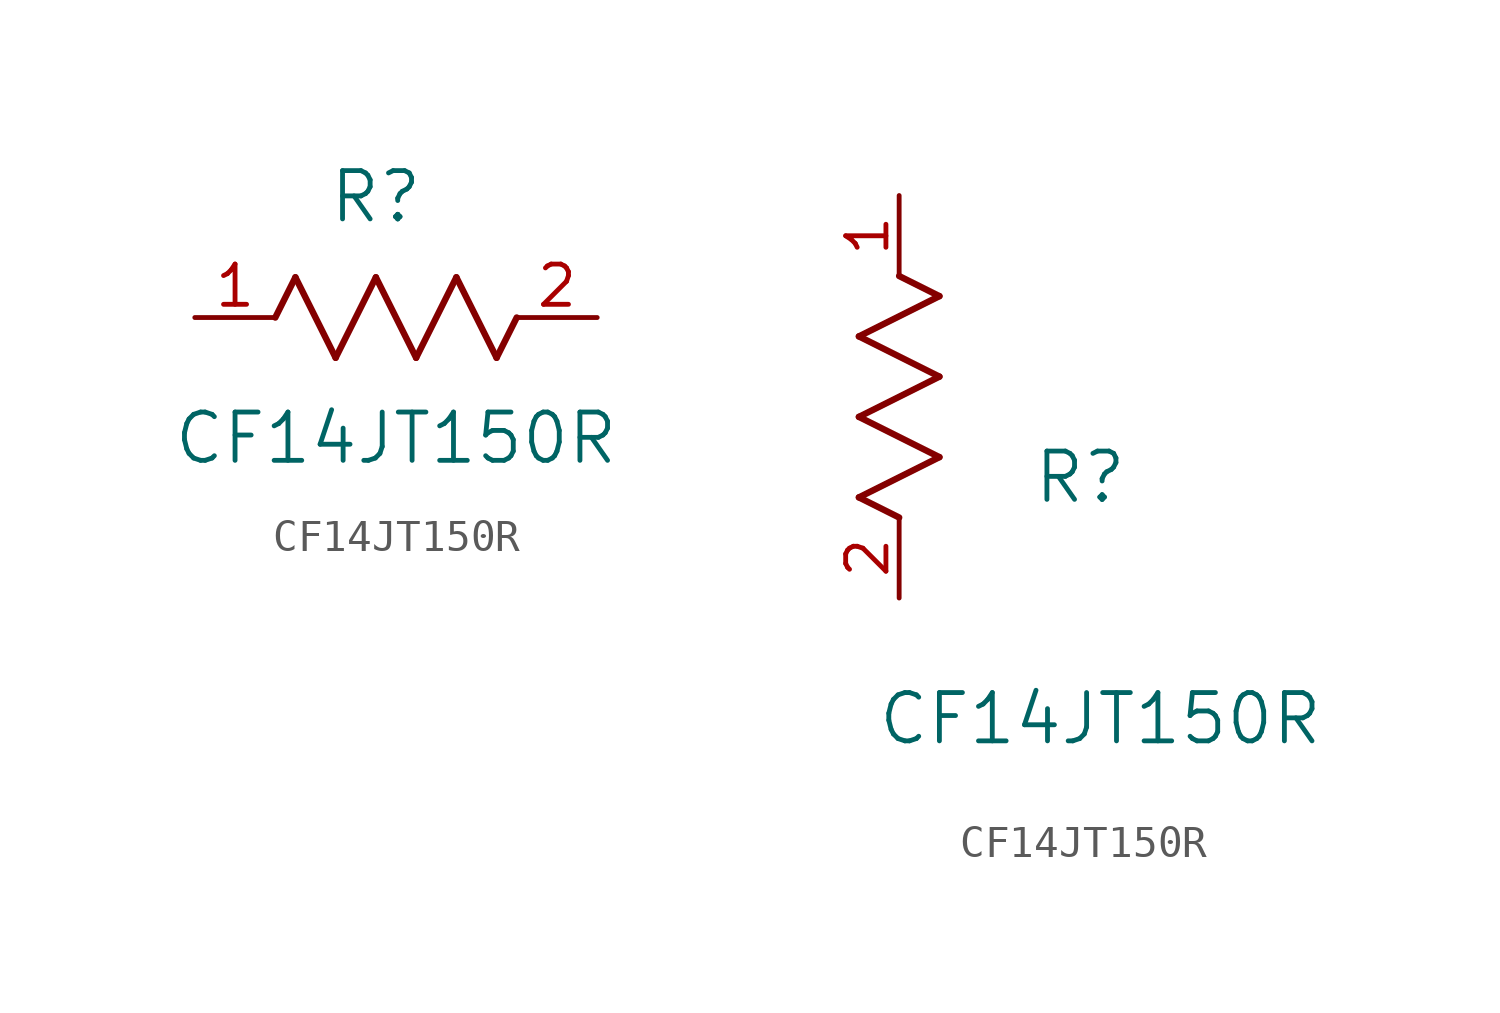
<source format=kicad_sym>
(kicad_symbol_lib
  (version 20211014)
  (generator kicad_symbol_editor)
  (symbol "CF14JT150R"
    (pin_names
      (offset 0.254))
    (property "Reference" "R"
      (at 5.715 3.81 0)
      (effects (font (size 1.524 1.524))))
    (property "Value" "CF14JT150R"
      (at 6.35 -3.81 0)
      (effects (font (size 1.524 1.524))))
    (symbol "CF14JT150R_1_1"
      (polyline (pts (xy 3.175 1.27) (xy 4.445 -1.27)) (stroke (width 0.203) (type default) (color 0 0 0 0)) (fill (type none)))
      (polyline (pts (xy 4.445 -1.27) (xy 5.715 1.27)) (stroke (width 0.203) (type default) (color 0 0 0 0)) (fill (type none)))
      (polyline (pts (xy 5.715 1.27) (xy 6.985 -1.27)) (stroke (width 0.203) (type default) (color 0 0 0 0)) (fill (type none)))
      (polyline (pts (xy 6.985 -1.27) (xy 8.255 1.27)) (stroke (width 0.203) (type default) (color 0 0 0 0)) (fill (type none)))
      (polyline (pts (xy 8.255 1.27) (xy 9.525 -1.27)) (stroke (width 0.203) (type default) (color 0 0 0 0)) (fill (type none)))
      (polyline (pts (xy 2.54 0) (xy 3.175 1.27)) (stroke (width 0.203) (type default) (color 0 0 0 0)) (fill (type none)))
      (polyline (pts (xy 9.525 -1.27) (xy 10.16 0)) (stroke (width 0.203) (type default) (color 0 0 0 0)) (fill (type none)))
      (pin unspecified line (at 0 0 0) (length 2.54) (name "" (effects (font (size 1.27 1.27)))) (number "1" (effects (font (size 1.27 1.27)))))
      (pin unspecified line (at 12.7 0 180) (length 2.54) (name "" (effects (font (size 1.27 1.27)))) (number "2" (effects (font (size 1.27 1.27))))))
    (symbol "CF14JT150R_1_2"
      (polyline (pts (xy 0 2.54) (xy -1.27 3.175)) (stroke (width 0.203) (type default) (color 0 0 0 0)) (fill (type none)))
      (polyline (pts (xy -1.27 3.175) (xy 1.27 4.445)) (stroke (width 0.203) (type default) (color 0 0 0 0)) (fill (type none)))
      (polyline (pts (xy 1.27 4.445) (xy -1.27 5.715)) (stroke (width 0.203) (type default) (color 0 0 0 0)) (fill (type none)))
      (polyline (pts (xy -1.27 5.715) (xy 1.27 6.985)) (stroke (width 0.203) (type default) (color 0 0 0 0)) (fill (type none)))
      (polyline (pts (xy -1.27 8.255) (xy 1.27 9.525)) (stroke (width 0.203) (type default) (color 0 0 0 0)) (fill (type none)))
      (polyline (pts (xy 1.27 9.525) (xy 0 10.16)) (stroke (width 0.203) (type default) (color 0 0 0 0)) (fill (type none)))
      (polyline (pts (xy 1.27 6.985) (xy -1.27 8.255)) (stroke (width 0.203) (type default) (color 0 0 0 0)) (fill (type none)))
      (pin unspecified line (at 0 12.7 270) (length 2.54) (name "" (effects (font (size 1.27 1.27)))) (number "1" (effects (font (size 1.27 1.27)))))
      (pin unspecified line (at 0 0 90) (length 2.54) (name "" (effects (font (size 1.27 1.27)))) (number "2" (effects (font (size 1.27 1.27))))))))
</source>
